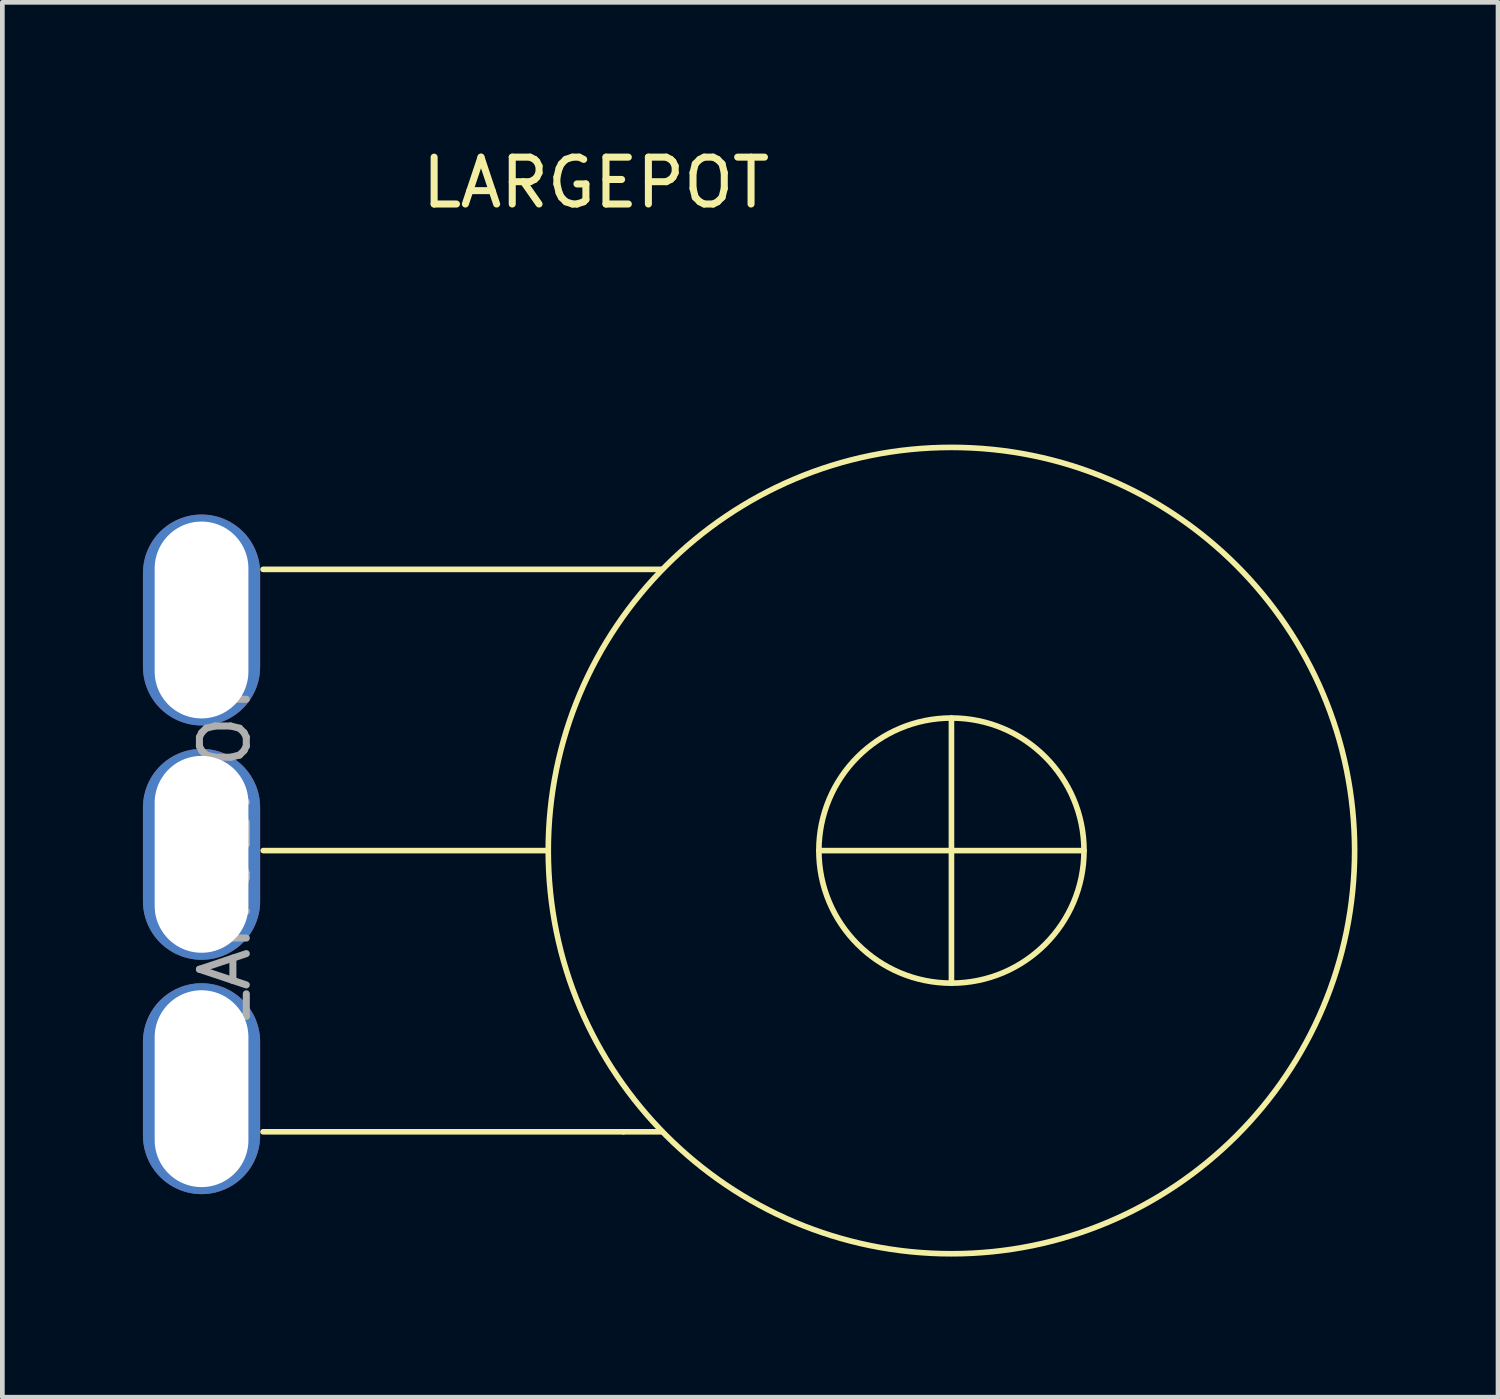
<source format=kicad_pcb>
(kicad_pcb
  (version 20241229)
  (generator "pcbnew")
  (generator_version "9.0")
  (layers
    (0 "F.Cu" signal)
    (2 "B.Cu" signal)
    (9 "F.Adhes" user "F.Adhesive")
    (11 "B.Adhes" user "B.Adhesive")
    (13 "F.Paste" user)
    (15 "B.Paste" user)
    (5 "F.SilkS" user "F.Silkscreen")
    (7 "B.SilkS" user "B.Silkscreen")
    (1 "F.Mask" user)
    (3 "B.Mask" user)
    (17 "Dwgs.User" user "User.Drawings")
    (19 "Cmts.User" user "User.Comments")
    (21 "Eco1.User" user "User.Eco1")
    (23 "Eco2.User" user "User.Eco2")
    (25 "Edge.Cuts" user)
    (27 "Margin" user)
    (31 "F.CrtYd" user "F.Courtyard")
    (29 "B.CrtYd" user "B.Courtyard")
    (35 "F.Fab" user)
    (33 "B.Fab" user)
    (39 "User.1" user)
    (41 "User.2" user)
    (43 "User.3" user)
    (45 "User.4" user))
  (footprint "LARGEPOT"
    (layer "F.Cu")
    (at 1.25 15.098)
    (property "Reference" "LARGEPOT" (at 8.415 -14.25 0) (layer "F.SilkS") (effects (font (size 1 1) (thickness 0.15))))
    (attr through_hole)
    (fp_line (start 1.313 6) (end 9 6) (stroke (width 0.12) (type solid)) (layer "F.SilkS"))
    (fp_line (start 1.313 -6) (end 9.825 -6) (stroke (width 0.12) (type solid)) (layer "F.SilkS"))
    (fp_line (start 1.317 0) (end 7.398 0) (stroke (width 0.12) (type solid)) (layer "F.SilkS"))
    (fp_line (start 9 6) (end 9.811 6) (stroke (width 0.12) (type solid)) (layer "F.SilkS"))
    (fp_line (start 13.172 0) (end 18.828 0) (stroke (width 0.12) (type solid)) (layer "F.SilkS"))
    (fp_line (start 16 0) (end 16 -2.828) (stroke (width 0.12) (type solid)) (layer "F.SilkS"))
    (fp_line (start 16 0) (end 16 2.828) (stroke (width 0.12) (type solid)) (layer "F.SilkS"))
    (fp_circle (center 16 0) (end 18 2) (stroke (width 0.12) (type solid)) (fill no) (layer "F.SilkS"))
    (fp_circle (center 16 0) (end 23 5) (stroke (width 0.12) (type solid)) (fill no) (layer "F.SilkS"))
    (fp_text user "${REFERENCE}" (at 0.5 0.08 90) (layer "F.Fab") (effects (font (size 1 1) (thickness 0.15))))
    (pad "1" thru_hole oval (at 0 5.08) (size 2.5 4.5) (drill oval 2 4.2) (layers "*.Cu" "*.Mask"))
    (pad "2" thru_hole oval (at 0 0.08) (size 2.5 4.5) (drill oval 2 4.2) (layers "*.Cu" "*.Mask"))
    (pad "3" thru_hole oval (at 0 -4.92) (size 2.5 4.5) (drill oval 2 4.2) (layers "*.Cu" "*.Mask")))
  (gr_rect
    (start -3 -3)
    (end 28.912 26.761)
    (stroke (width 0.1) (type default))
    (fill no)
    (layer "Edge.Cuts")))
</source>
